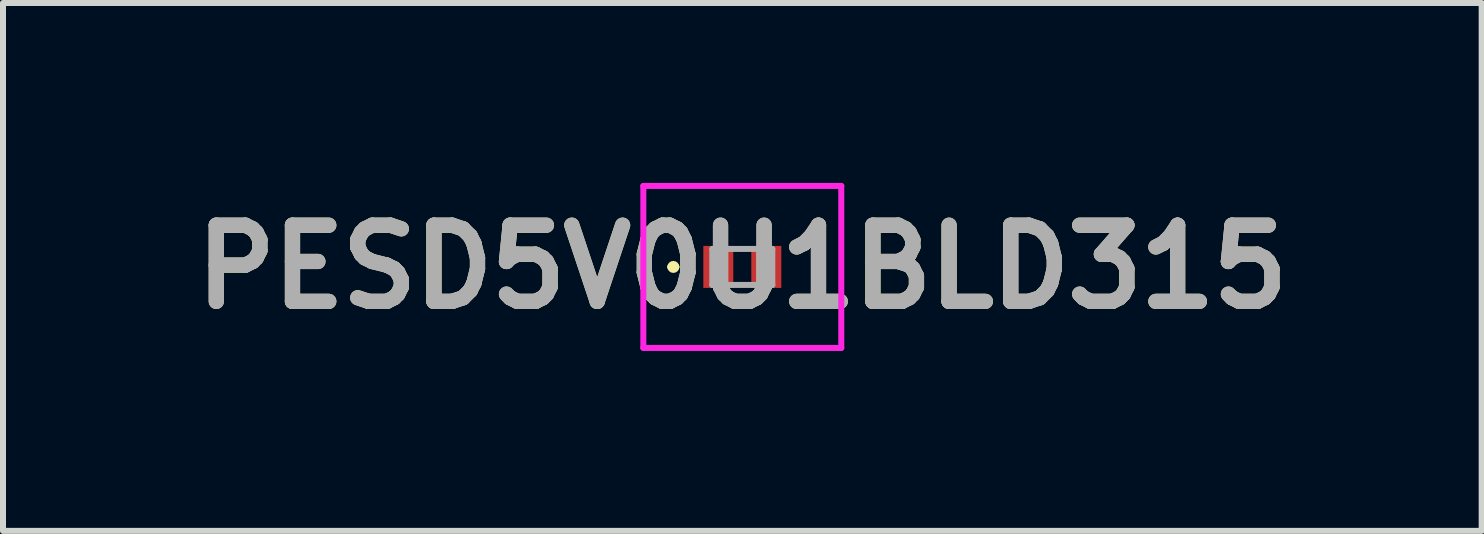
<source format=kicad_pcb>
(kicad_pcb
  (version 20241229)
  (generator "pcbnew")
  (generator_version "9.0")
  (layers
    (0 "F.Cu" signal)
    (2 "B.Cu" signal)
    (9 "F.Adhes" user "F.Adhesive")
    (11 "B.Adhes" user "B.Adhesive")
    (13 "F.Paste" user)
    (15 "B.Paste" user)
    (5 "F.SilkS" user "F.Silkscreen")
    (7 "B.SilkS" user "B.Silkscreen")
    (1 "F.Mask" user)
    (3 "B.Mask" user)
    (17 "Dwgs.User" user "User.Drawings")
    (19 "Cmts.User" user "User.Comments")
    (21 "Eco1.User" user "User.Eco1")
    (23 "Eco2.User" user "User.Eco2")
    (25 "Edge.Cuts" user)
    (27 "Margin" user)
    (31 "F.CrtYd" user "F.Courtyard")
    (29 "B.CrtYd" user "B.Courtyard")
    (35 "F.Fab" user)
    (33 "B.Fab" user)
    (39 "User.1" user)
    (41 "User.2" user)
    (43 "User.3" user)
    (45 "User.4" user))
  (footprint "PESD5V0U1BLD315"
    (layer "F.Cu")
    (at 9.325 1.4)
    (property "Reference" "PESD5V0U1BLD315" (at 0 0 0) (layer "F.SilkS") (effects (font (size 1.27 1.27) (thickness 0.254))))
    (attr smd)
    (fp_line (start -1.2 0) (end -1.2 0) (stroke (width 0.1) (type solid)) (layer "F.SilkS"))
    (fp_line (start -1.1 0) (end -1.1 0) (stroke (width 0.1) (type solid)) (layer "F.SilkS"))
    (fp_arc (start -1.2 0) (mid -1.15 -0.05) (end -1.1 0) (stroke (width 0.1) (type solid)) (layer "F.SilkS"))
    (fp_arc (start -1.1 0) (mid -1.15 0.05) (end -1.2 0) (stroke (width 0.1) (type solid)) (layer "F.SilkS"))
    (fp_line (start -1.65 -1.35) (end 1.65 -1.35) (stroke (width 0.1) (type solid)) (layer "F.CrtYd"))
    (fp_line (start -1.65 1.35) (end -1.65 -1.35) (stroke (width 0.1) (type solid)) (layer "F.CrtYd"))
    (fp_line (start 1.65 -1.35) (end 1.65 1.35) (stroke (width 0.1) (type solid)) (layer "F.CrtYd"))
    (fp_line (start 1.65 1.35) (end -1.65 1.35) (stroke (width 0.1) (type solid)) (layer "F.CrtYd"))
    (fp_line (start -0.5 -0.3) (end -0.5 0.3) (stroke (width 0.1) (type solid)) (layer "F.Fab"))
    (fp_line (start -0.5 0.3) (end 0.5 0.3) (stroke (width 0.1) (type solid)) (layer "F.Fab"))
    (fp_line (start 0.5 -0.3) (end -0.5 -0.3) (stroke (width 0.1) (type solid)) (layer "F.Fab"))
    (fp_line (start 0.5 0.3) (end 0.5 -0.3) (stroke (width 0.1) (type solid)) (layer "F.Fab"))
    (fp_text user "${REFERENCE}" (at 0 0 0) (layer "F.Fab") (effects (font (size 1.27 1.27) (thickness 0.254))))
    (pad "1" smd rect (at -0.4 0) (size 0.5 0.7) (layers "F.Cu" "F.Mask" "F.Paste"))
    (pad "2" smd rect (at 0.4 0) (size 0.5 0.7) (layers "F.Cu" "F.Mask" "F.Paste")))
  (gr_rect
    (start -3 -3)
    (end 21.651 5.8)
    (stroke (width 0.1) (type default))
    (fill no)
    (layer "Edge.Cuts")))
</source>
